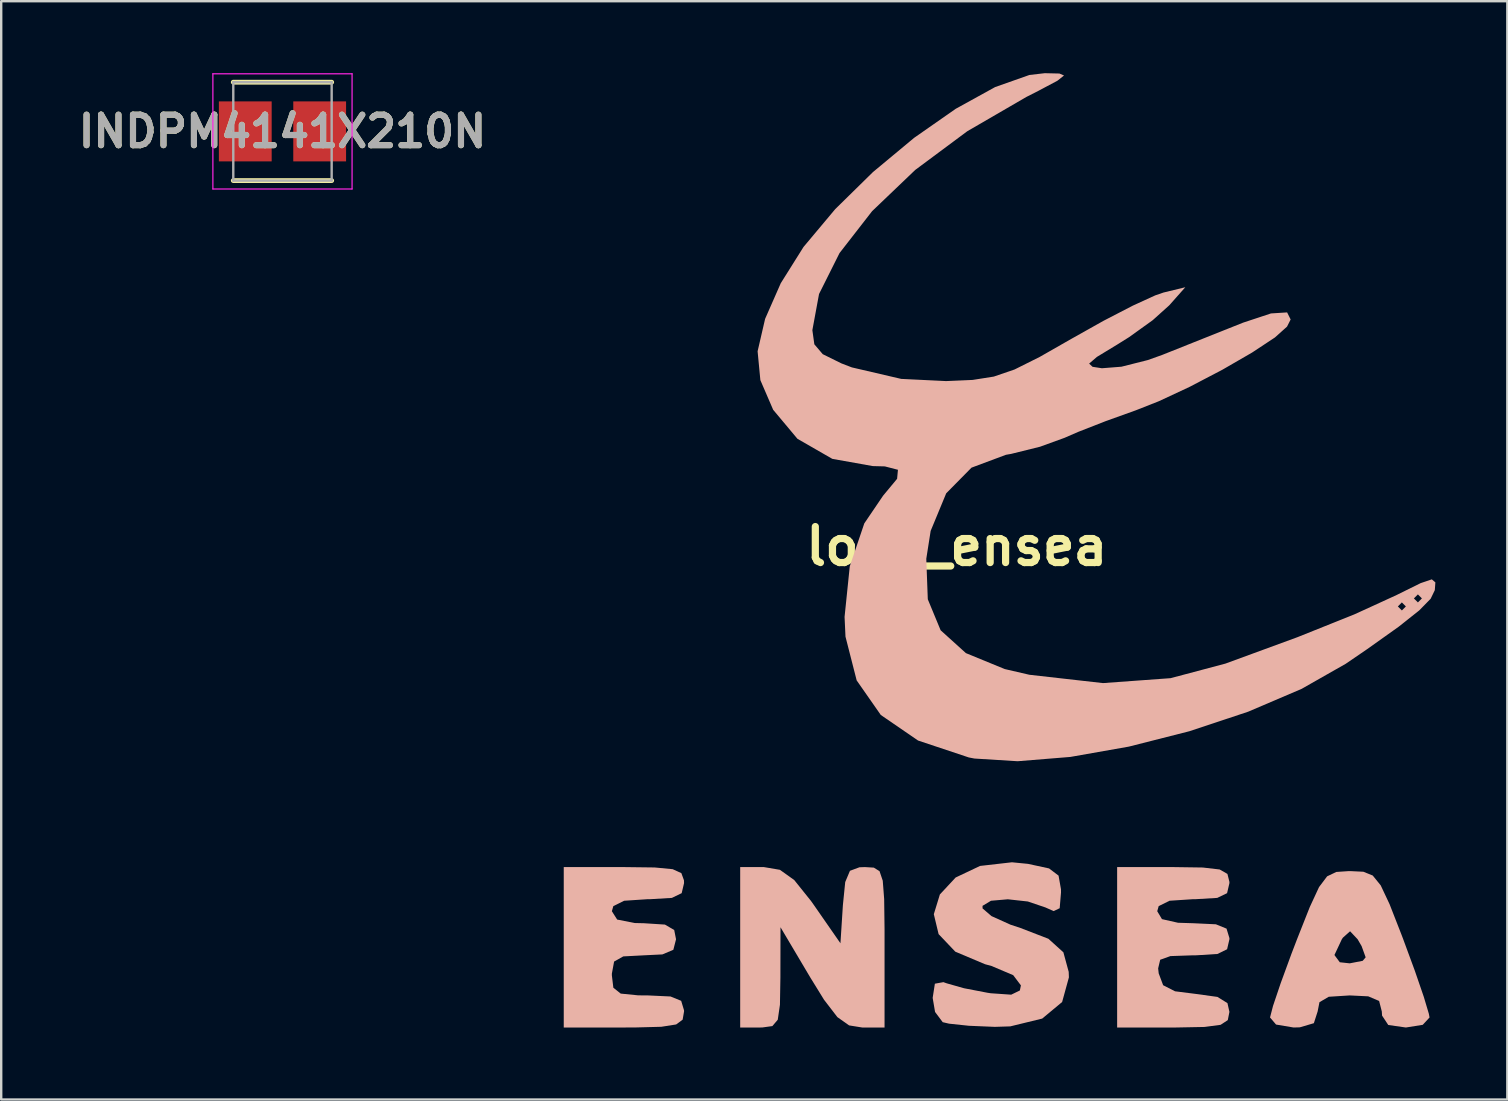
<source format=kicad_pcb>
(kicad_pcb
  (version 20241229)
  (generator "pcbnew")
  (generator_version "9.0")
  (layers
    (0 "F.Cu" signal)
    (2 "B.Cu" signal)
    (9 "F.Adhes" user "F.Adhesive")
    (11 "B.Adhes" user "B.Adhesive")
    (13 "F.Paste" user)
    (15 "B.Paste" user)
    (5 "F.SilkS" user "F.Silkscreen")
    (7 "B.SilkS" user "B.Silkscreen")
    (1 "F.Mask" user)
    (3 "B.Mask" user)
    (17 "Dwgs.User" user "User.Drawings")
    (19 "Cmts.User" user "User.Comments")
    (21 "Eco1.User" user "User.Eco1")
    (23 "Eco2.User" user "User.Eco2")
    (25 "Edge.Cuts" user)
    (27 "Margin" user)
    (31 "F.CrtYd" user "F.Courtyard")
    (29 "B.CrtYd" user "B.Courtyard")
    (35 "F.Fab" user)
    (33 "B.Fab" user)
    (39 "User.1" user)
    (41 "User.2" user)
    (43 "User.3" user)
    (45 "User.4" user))
  (footprint "logo_ensea"
    (layer "F.Cu")
    (at 36.818 19.714)
    (property "Reference" "logo_ensea" (at 0 0 0) (layer "F.SilkS") (effects (font (size 1.5 1.5) (thickness 0.3))))
    (attr board_only exclude_from_pos_files exclude_from_bom)
    (fp_poly (pts (xy -7.368 13.482) (xy -6.771 13.909) (xy -6.071 14.782) (xy -5.948 14.956) (xy -4.846 16.543) (xy -4.744 14.956) (xy -4.647 13.992) (xy -4.45 13.523) (xy -4.054 13.376) (xy -3.825 13.368) (xy -3.454 13.391) (xy -3.217 13.539) (xy -3.083 13.936) (xy -3.024 14.702) (xy -3.008 15.961) (xy -3.008 16.711) (xy -3.008 20.053) (xy -3.938 20.053) (xy -4.486 19.965) (xy -4.974 19.62) (xy -5.53 18.896) (xy -6.105 17.964) (xy -7.344 15.875) (xy -7.348 17.964) (xy -7.367 19.104) (xy -7.458 19.729) (xy -7.683 19.994) (xy -8.104 20.052) (xy -8.188 20.053) (xy -9.024 20.053) (xy -9.024 16.711) (xy -9.024 13.368) (xy -8.037 13.368)) (stroke (width 0) (type solid)) (fill yes) (layer "B.SilkS"))
    (fp_poly (pts (xy -12.588 13.384) (xy -11.836 13.456) (xy -11.475 13.621) (xy -11.367 13.917) (xy -11.363 14.037) (xy -11.462 14.455) (xy -11.87 14.652) (xy -12.759 14.705) (xy -12.867 14.705) (xy -13.858 14.771) (xy -14.31 14.994) (xy -14.371 15.207) (xy -14.15 15.555) (xy -13.419 15.699) (xy -13.034 15.708) (xy -12.16 15.764) (xy -11.773 15.991) (xy -11.697 16.376) (xy -11.809 16.814) (xy -12.263 17.007) (xy -13.034 17.045) (xy -13.896 17.09) (xy -14.278 17.305) (xy -14.371 17.808) (xy -14.371 17.88) (xy -14.309 18.396) (xy -14.002 18.64) (xy -13.273 18.713) (xy -12.867 18.716) (xy -11.927 18.76) (xy -11.483 18.941) (xy -11.364 19.336) (xy -11.363 19.384) (xy -11.422 19.726) (xy -11.692 19.926) (xy -12.312 20.023) (xy -13.419 20.052) (xy -13.87 20.053) (xy -16.376 20.053) (xy -16.376 16.711) (xy -16.376 13.368) (xy -13.87 13.368)) (stroke (width 0) (type solid)) (fill yes) (layer "B.SilkS"))
    (fp_poly (pts (xy 10.253 13.386) (xy 10.957 13.468) (xy 11.28 13.653) (xy 11.363 13.984) (xy 11.363 14.037) (xy 11.265 14.455) (xy 10.856 14.652) (xy 9.967 14.705) (xy 9.859 14.705) (xy 8.868 14.771) (xy 8.416 14.994) (xy 8.355 15.207) (xy 8.552 15.537) (xy 9.221 15.688) (xy 9.859 15.708) (xy 10.799 15.752) (xy 11.243 15.933) (xy 11.363 16.328) (xy 11.363 16.376) (xy 11.266 16.792) (xy 10.863 16.989) (xy 9.984 17.044) (xy 9.836 17.045) (xy 8.905 17.077) (xy 8.478 17.23) (xy 8.393 17.59) (xy 8.416 17.797) (xy 8.601 18.291) (xy 9.097 18.544) (xy 9.943 18.651) (xy 10.864 18.778) (xy 11.281 19.037) (xy 11.363 19.403) (xy 11.295 19.745) (xy 10.996 19.941) (xy 10.324 20.03) (xy 9.136 20.053) (xy 9.024 20.053) (xy 6.684 20.053) (xy 6.684 16.711) (xy 6.684 13.368) (xy 9.024 13.368)) (stroke (width 0) (type solid)) (fill yes) (layer "B.SilkS"))
    (fp_poly (pts (xy 2.971 13.234) (xy 3.847 13.424) (xy 4.243 13.723) (xy 4.344 14.293) (xy 4.345 14.426) (xy 4.29 15.082) (xy 4.037 15.202) (xy 3.698 15.051) (xy 2.962 14.802) (xy 2.13 14.71) (xy 1.427 14.771) (xy 1.075 14.983) (xy 1.076 15.091) (xy 1.449 15.411) (xy 2.242 15.769) (xy 2.659 15.907) (xy 3.819 16.355) (xy 4.444 16.919) (xy 4.666 17.735) (xy 4.674 17.964) (xy 4.392 18.99) (xy 3.562 19.681) (xy 2.23 20.006) (xy 1.587 20.026) (xy 0.508 19.981) (xy -0.32 19.893) (xy -0.585 19.831) (xy -0.903 19.405) (xy -1.003 18.819) (xy -0.911 18.227) (xy -0.555 18.163) (xy -0.418 18.212) (xy 0.3 18.416) (xy 1.286 18.606) (xy 1.42 18.626) (xy 2.27 18.685) (xy 2.63 18.51) (xy 2.674 18.298) (xy 2.353 17.872) (xy 1.449 17.489) (xy 1.18 17.416) (xy -0.06 16.893) (xy -0.756 16.161) (xy -0.955 15.331) (xy -0.703 14.509) (xy -0.045 13.802) (xy 0.972 13.32) (xy 2.301 13.168)) (stroke (width 0) (type solid)) (fill yes) (layer "B.SilkS"))
    (fp_poly (pts (xy 16.945 13.562) (xy 17.335 13.72) (xy 17.668 14.131) (xy 18.037 14.915) (xy 18.536 16.191) (xy 18.606 16.376) (xy 19.087 17.682) (xy 19.462 18.773) (xy 19.674 19.483) (xy 19.702 19.635) (xy 19.419 19.941) (xy 18.716 20.053) (xy 17.982 19.948) (xy 17.724 19.557) (xy 17.713 19.384) (xy 17.601 18.947) (xy 17.148 18.754) (xy 16.376 18.716) (xy 15.502 18.772) (xy 15.115 18.998) (xy 15.039 19.384) (xy 14.882 19.873) (xy 14.296 20.046) (xy 14.037 20.053) (xy 13.306 19.93) (xy 13.055 19.635) (xy 13.18 19.153) (xy 13.496 18.215) (xy 13.929 17.033) (xy 15.739 17.033) (xy 15.962 17.334) (xy 16.376 17.379) (xy 16.917 17.274) (xy 17.04 17.128) (xy 16.871 16.661) (xy 16.705 16.376) (xy 16.391 16.043) (xy 16.092 16.309) (xy 16.047 16.376) (xy 15.739 17.033) (xy 13.929 17.033) (xy 13.945 16.989) (xy 14.18 16.376) (xy 14.71 15.037) (xy 15.097 14.202) (xy 15.434 13.754) (xy 15.815 13.571) (xy 16.333 13.536) (xy 16.405 13.536)) (stroke (width 0) (type solid)) (fill yes) (layer "B.SilkS"))
    (fp_poly (pts (xy 4.278 -19.7) (xy 4.471 -19.619) (xy 4.197 -19.401) (xy 3.402 -18.978) (xy 2.904 -18.725) (xy 0.438 -17.294) (xy -1.729 -15.683) (xy -3.526 -13.965) (xy -4.885 -12.217) (xy -5.738 -10.513) (xy -6.016 -9.006) (xy -5.934 -8.417) (xy -5.583 -8.005) (xy -4.805 -7.621) (xy -4.37 -7.454) (xy -2.313 -6.975) (xy -0.444 -6.884) (xy 0.66 -6.932) (xy 1.544 -7.071) (xy 2.409 -7.367) (xy 3.454 -7.889) (xy 4.77 -8.64) (xy 6.115 -9.395) (xy 7.34 -10.029) (xy 8.271 -10.455) (xy 8.613 -10.573) (xy 9.525 -10.795) (xy 8.857 -10.042) (xy 8.168 -9.423) (xy 7.184 -8.716) (xy 6.685 -8.404) (xy 5.839 -7.89) (xy 5.517 -7.612) (xy 5.66 -7.479) (xy 6.05 -7.419) (xy 6.864 -7.483) (xy 7.962 -7.76) (xy 8.556 -7.972) (xy 9.891 -8.505) (xy 11.361 -9.091) (xy 11.933 -9.319) (xy 13.094 -9.703) (xy 13.767 -9.746) (xy 13.914 -9.451) (xy 13.764 -9.154) (xy 13.26 -8.702) (xy 12.308 -8.073) (xy 11.073 -7.359) (xy 9.72 -6.651) (xy 8.413 -6.041) (xy 7.46 -5.665) (xy 6.215 -5.218) (xy 5.067 -4.769) (xy 4.491 -4.519) (xy 3.47 -4.148) (xy 2.267 -3.85) (xy 2.05 -3.812) (xy 0.615 -3.276) (xy -0.439 -2.207) (xy -1.087 -0.64) (xy -1.269 0.521) (xy -1.206 2.208) (xy -0.671 3.5) (xy 0.382 4.452) (xy 2 5.116) (xy 3.027 5.354) (xy 6.094 5.701) (xy 8.911 5.496) (xy 11.196 4.889) (xy 14.195 3.789) (xy 16.565 2.839) (xy 17.292 2.507) (xy 18.382 2.507) (xy 18.549 2.674) (xy 18.716 2.507) (xy 18.549 2.339) (xy 18.382 2.507) (xy 17.292 2.507) (xy 18.022 2.172) (xy 19.05 2.172) (xy 19.217 2.339) (xy 19.384 2.172) (xy 19.217 2.005) (xy 19.05 2.172) (xy 18.022 2.172) (xy 18.33 2.031) (xy 18.41 1.991) (xy 19.331 1.536) (xy 19.797 1.378) (xy 19.945 1.504) (xy 19.922 1.827) (xy 19.749 2.186) (xy 19.272 2.673) (xy 18.416 3.352) (xy 17.105 4.285) (xy 16.209 4.897) (xy 14.371 5.942) (xy 12.147 6.892) (xy 9.696 7.707) (xy 7.173 8.348) (xy 4.734 8.778) (xy 2.537 8.957) (xy 0.737 8.845) (xy 0.501 8.799) (xy -1.611 8.095) (xy -3.165 7.029) (xy -4.17 5.589) (xy -4.636 3.765) (xy -4.674 2.941) (xy -4.457 0.833) (xy -3.852 -0.954) (xy -3.069 -2.108) (xy -2.485 -2.812) (xy -2.45 -3.188) (xy -2.997 -3.329) (xy -3.498 -3.342) (xy -5.184 -3.643) (xy -6.638 -4.479) (xy -7.65 -5.688) (xy -8.183 -6.923) (xy -8.298 -8.126) (xy -7.985 -9.478) (xy -7.333 -10.962) (xy -6.385 -12.473) (xy -5.065 -14.048) (xy -3.49 -15.595) (xy -1.776 -17.02) (xy -0.041 -18.231) (xy 1.6 -19.136) (xy 3.029 -19.64) (xy 3.669 -19.714)) (stroke (width 0) (type solid)) (fill yes) (layer "B.SilkS")))
  (footprint "INDPM4141X210N"
    (layer "F.Cu")
    (at 8.721 2.425)
    (property "Reference" "INDPM4141X210N" (at 0 0 0) (layer "F.SilkS") (effects (font (size 1.27 1.27) (thickness 0.254))))
    (attr smd)
    (fp_line (start -2.05 2.05) (end 2.05 2.05) (stroke (width 0.2) (type solid)) (layer "F.SilkS"))
    (fp_line (start 2.05 -2.05) (end -2.05 -2.05) (stroke (width 0.2) (type solid)) (layer "F.SilkS"))
    (fp_line (start -2.9 -2.4) (end 2.9 -2.4) (stroke (width 0.05) (type solid)) (layer "F.CrtYd"))
    (fp_line (start -2.9 2.4) (end -2.9 -2.4) (stroke (width 0.05) (type solid)) (layer "F.CrtYd"))
    (fp_line (start 2.9 -2.4) (end 2.9 2.4) (stroke (width 0.05) (type solid)) (layer "F.CrtYd"))
    (fp_line (start 2.9 2.4) (end -2.9 2.4) (stroke (width 0.05) (type solid)) (layer "F.CrtYd"))
    (fp_line (start -2.05 -2.05) (end 2.05 -2.05) (stroke (width 0.1) (type solid)) (layer "F.Fab"))
    (fp_line (start -2.05 2.05) (end -2.05 -2.05) (stroke (width 0.1) (type solid)) (layer "F.Fab"))
    (fp_line (start 2.05 -2.05) (end 2.05 2.05) (stroke (width 0.1) (type solid)) (layer "F.Fab"))
    (fp_line (start 2.05 2.05) (end -2.05 2.05) (stroke (width 0.1) (type solid)) (layer "F.Fab"))
    (fp_text user "${REFERENCE}" (at 0 0 0) (layer "F.Fab") (effects (font (size 1.27 1.27) (thickness 0.254))))
    (pad "1" smd rect (at -1.55 0) (size 2.2 2.5) (layers "F.Cu" "F.Mask" "F.Paste"))
    (pad "2" smd rect (at 1.55 0) (size 2.2 2.5) (layers "F.Cu" "F.Mask" "F.Paste")))
  (gr_rect
    (start -3 -3)
    (end 59.762 42.767)
    (stroke (width 0.1) (type default))
    (fill no)
    (layer "Edge.Cuts")))
</source>
